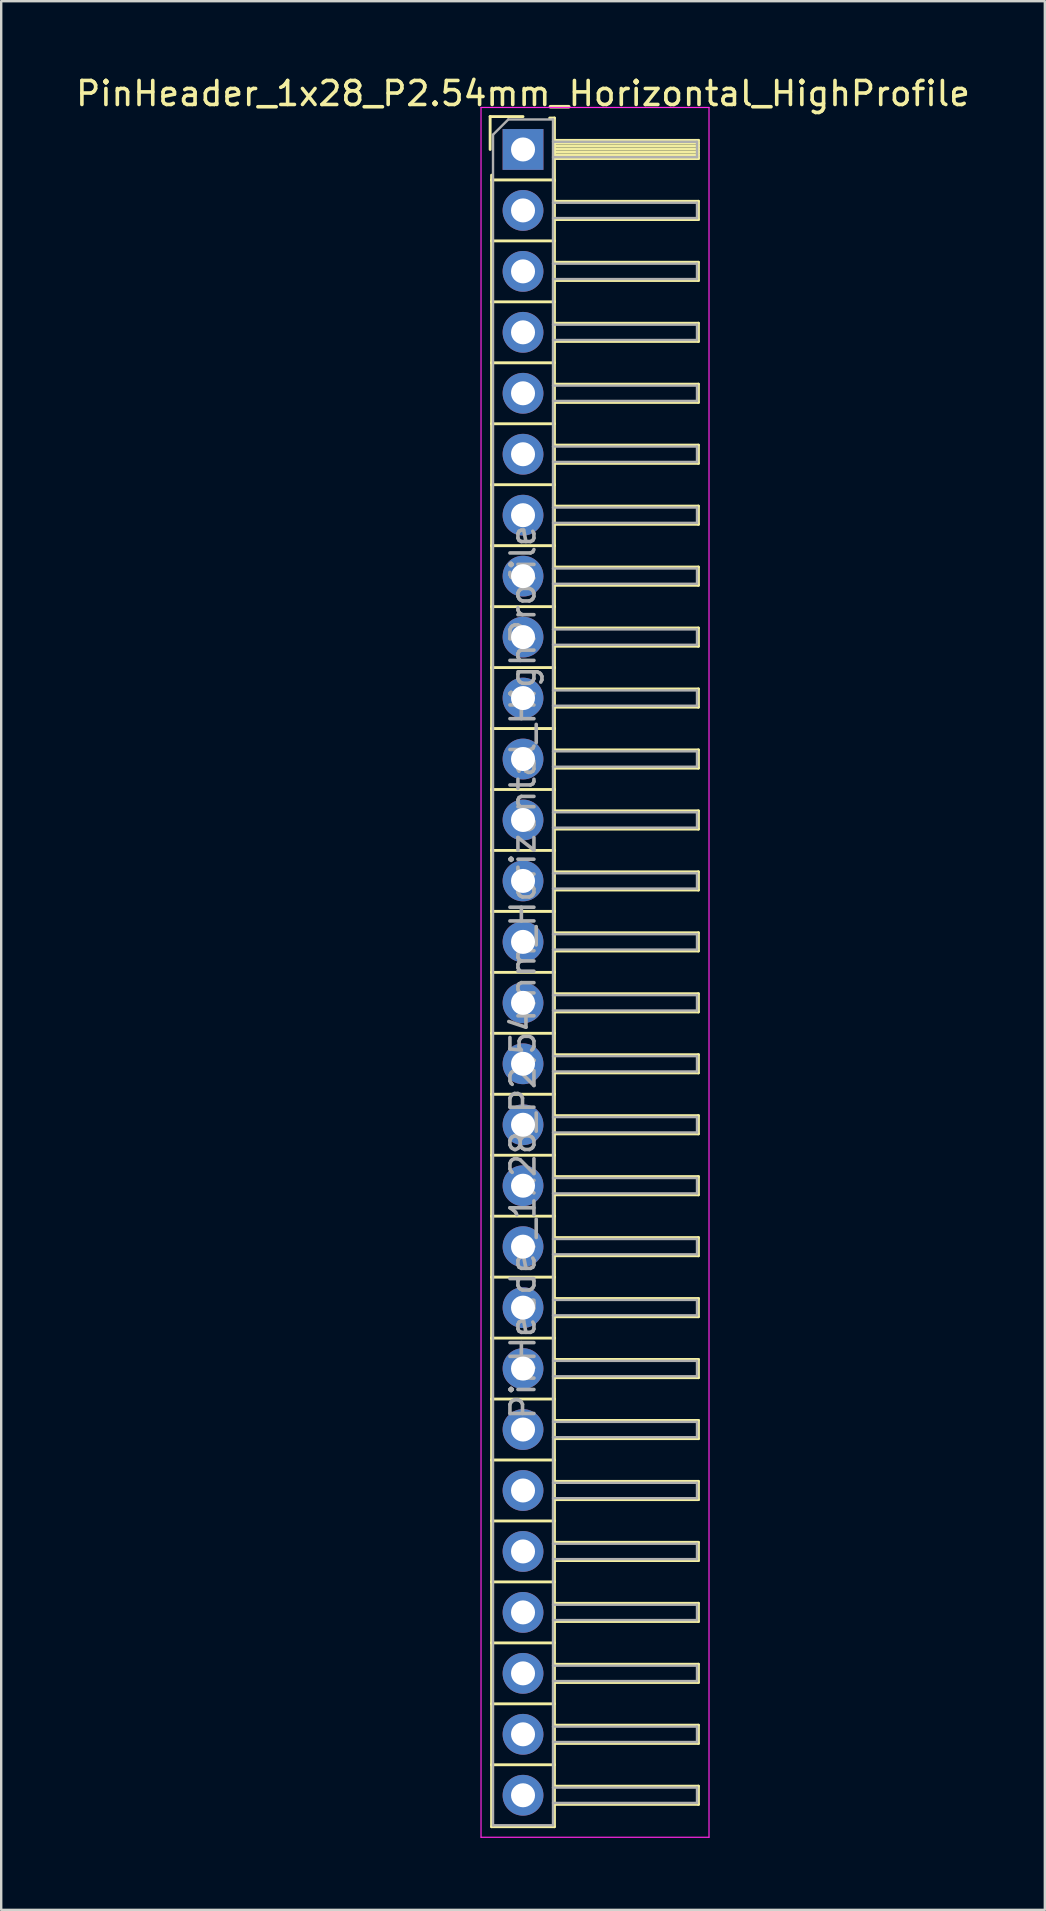
<source format=kicad_pcb>
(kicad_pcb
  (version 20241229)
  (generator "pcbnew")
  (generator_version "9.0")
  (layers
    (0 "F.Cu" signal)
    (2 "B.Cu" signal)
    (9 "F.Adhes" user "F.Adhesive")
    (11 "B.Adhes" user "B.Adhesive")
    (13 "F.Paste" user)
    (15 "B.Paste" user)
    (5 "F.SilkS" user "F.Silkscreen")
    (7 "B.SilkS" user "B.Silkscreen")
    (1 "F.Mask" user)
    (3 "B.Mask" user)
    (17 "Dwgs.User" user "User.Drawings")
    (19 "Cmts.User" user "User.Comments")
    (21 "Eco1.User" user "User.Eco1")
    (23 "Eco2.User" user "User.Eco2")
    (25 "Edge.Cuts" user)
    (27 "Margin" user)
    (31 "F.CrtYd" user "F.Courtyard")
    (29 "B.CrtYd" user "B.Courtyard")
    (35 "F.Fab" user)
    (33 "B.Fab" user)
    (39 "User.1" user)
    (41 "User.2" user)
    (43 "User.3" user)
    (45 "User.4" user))
  (footprint "PinHeader_1x28_P2.54mm_Horizontal_HighProfile"
    (layer "F.Cu")
    (at 18.744 3.178)
    (property "Reference" "PinHeader_1x28_P2.54mm_Horizontal_HighProfile" (at 0 -2.33 0) (layer "F.SilkS") (effects (font (size 1 1) (thickness 0.15))))
    (attr through_hole)
    (fp_line (start -1.37 -1.37) (end -1.37 0) (stroke (width 0.12) (type solid)) (layer "F.SilkS"))
    (fp_line (start -1.37 -1.37) (end 0 -1.37) (stroke (width 0.12) (type solid)) (layer "F.SilkS"))
    (fp_line (start -1.31 1.27) (end -1.31 1.07) (stroke (width 0.12) (type solid)) (layer "F.SilkS"))
    (fp_line (start -1.31 1.27) (end -1.31 3.81) (stroke (width 0.12) (type solid)) (layer "F.SilkS"))
    (fp_line (start -1.31 1.27) (end 1.31 1.27) (stroke (width 0.12) (type solid)) (layer "F.SilkS"))
    (fp_line (start -1.31 3.81) (end -1.31 6.35) (stroke (width 0.12) (type solid)) (layer "F.SilkS"))
    (fp_line (start -1.31 3.81) (end 1.31 3.81) (stroke (width 0.12) (type solid)) (layer "F.SilkS"))
    (fp_line (start -1.31 6.35) (end -1.31 8.89) (stroke (width 0.12) (type solid)) (layer "F.SilkS"))
    (fp_line (start -1.31 6.35) (end 1.31 6.35) (stroke (width 0.12) (type solid)) (layer "F.SilkS"))
    (fp_line (start -1.31 8.89) (end -1.31 11.43) (stroke (width 0.12) (type solid)) (layer "F.SilkS"))
    (fp_line (start -1.31 8.89) (end 1.31 8.89) (stroke (width 0.12) (type solid)) (layer "F.SilkS"))
    (fp_line (start -1.31 11.43) (end -1.31 13.97) (stroke (width 0.12) (type solid)) (layer "F.SilkS"))
    (fp_line (start -1.31 11.43) (end 1.31 11.43) (stroke (width 0.12) (type solid)) (layer "F.SilkS"))
    (fp_line (start -1.31 13.97) (end -1.31 16.51) (stroke (width 0.12) (type solid)) (layer "F.SilkS"))
    (fp_line (start -1.31 13.97) (end 1.31 13.97) (stroke (width 0.12) (type solid)) (layer "F.SilkS"))
    (fp_line (start -1.31 16.51) (end -1.31 19.05) (stroke (width 0.12) (type solid)) (layer "F.SilkS"))
    (fp_line (start -1.31 16.51) (end 1.31 16.51) (stroke (width 0.12) (type solid)) (layer "F.SilkS"))
    (fp_line (start -1.31 19.05) (end -1.31 21.59) (stroke (width 0.12) (type solid)) (layer "F.SilkS"))
    (fp_line (start -1.31 19.05) (end 1.31 19.05) (stroke (width 0.12) (type solid)) (layer "F.SilkS"))
    (fp_line (start -1.31 21.59) (end -1.31 24.13) (stroke (width 0.12) (type solid)) (layer "F.SilkS"))
    (fp_line (start -1.31 21.59) (end 1.31 21.59) (stroke (width 0.12) (type solid)) (layer "F.SilkS"))
    (fp_line (start -1.31 24.13) (end -1.31 26.67) (stroke (width 0.12) (type solid)) (layer "F.SilkS"))
    (fp_line (start -1.31 24.13) (end 1.31 24.13) (stroke (width 0.12) (type solid)) (layer "F.SilkS"))
    (fp_line (start -1.31 26.67) (end -1.31 29.21) (stroke (width 0.12) (type solid)) (layer "F.SilkS"))
    (fp_line (start -1.31 26.67) (end 1.31 26.67) (stroke (width 0.12) (type solid)) (layer "F.SilkS"))
    (fp_line (start -1.31 29.21) (end -1.31 31.75) (stroke (width 0.12) (type solid)) (layer "F.SilkS"))
    (fp_line (start -1.31 29.21) (end 1.31 29.21) (stroke (width 0.12) (type solid)) (layer "F.SilkS"))
    (fp_line (start -1.31 31.75) (end -1.31 34.29) (stroke (width 0.12) (type solid)) (layer "F.SilkS"))
    (fp_line (start -1.31 31.75) (end 1.31 31.75) (stroke (width 0.12) (type solid)) (layer "F.SilkS"))
    (fp_line (start -1.31 34.29) (end -1.31 36.83) (stroke (width 0.12) (type solid)) (layer "F.SilkS"))
    (fp_line (start -1.31 34.29) (end 1.31 34.29) (stroke (width 0.12) (type solid)) (layer "F.SilkS"))
    (fp_line (start -1.31 36.83) (end -1.31 39.37) (stroke (width 0.12) (type solid)) (layer "F.SilkS"))
    (fp_line (start -1.31 36.83) (end 1.31 36.83) (stroke (width 0.12) (type solid)) (layer "F.SilkS"))
    (fp_line (start -1.31 39.37) (end -1.31 41.91) (stroke (width 0.12) (type solid)) (layer "F.SilkS"))
    (fp_line (start -1.31 39.37) (end 1.31 39.37) (stroke (width 0.12) (type solid)) (layer "F.SilkS"))
    (fp_line (start -1.31 41.91) (end -1.31 44.45) (stroke (width 0.12) (type solid)) (layer "F.SilkS"))
    (fp_line (start -1.31 41.91) (end 1.31 41.91) (stroke (width 0.12) (type solid)) (layer "F.SilkS"))
    (fp_line (start -1.31 44.45) (end -1.31 46.99) (stroke (width 0.12) (type solid)) (layer "F.SilkS"))
    (fp_line (start -1.31 44.45) (end 1.31 44.45) (stroke (width 0.12) (type solid)) (layer "F.SilkS"))
    (fp_line (start -1.31 46.99) (end -1.31 49.53) (stroke (width 0.12) (type solid)) (layer "F.SilkS"))
    (fp_line (start -1.31 46.99) (end 1.31 46.99) (stroke (width 0.12) (type solid)) (layer "F.SilkS"))
    (fp_line (start -1.31 49.53) (end -1.31 52.07) (stroke (width 0.12) (type solid)) (layer "F.SilkS"))
    (fp_line (start -1.31 49.53) (end 1.31 49.53) (stroke (width 0.12) (type solid)) (layer "F.SilkS"))
    (fp_line (start -1.31 52.07) (end -1.31 54.61) (stroke (width 0.12) (type solid)) (layer "F.SilkS"))
    (fp_line (start -1.31 52.07) (end 1.31 52.07) (stroke (width 0.12) (type solid)) (layer "F.SilkS"))
    (fp_line (start -1.31 54.61) (end -1.31 57.15) (stroke (width 0.12) (type solid)) (layer "F.SilkS"))
    (fp_line (start -1.31 54.61) (end 1.31 54.61) (stroke (width 0.12) (type solid)) (layer "F.SilkS"))
    (fp_line (start -1.31 57.15) (end -1.31 59.69) (stroke (width 0.12) (type solid)) (layer "F.SilkS"))
    (fp_line (start -1.31 57.15) (end 1.31 57.15) (stroke (width 0.12) (type solid)) (layer "F.SilkS"))
    (fp_line (start -1.31 59.69) (end -1.31 62.23) (stroke (width 0.12) (type solid)) (layer "F.SilkS"))
    (fp_line (start -1.31 59.69) (end 1.31 59.69) (stroke (width 0.12) (type solid)) (layer "F.SilkS"))
    (fp_line (start -1.31 62.23) (end -1.31 64.77) (stroke (width 0.12) (type solid)) (layer "F.SilkS"))
    (fp_line (start -1.31 62.23) (end 1.31 62.23) (stroke (width 0.12) (type solid)) (layer "F.SilkS"))
    (fp_line (start -1.31 64.77) (end -1.31 67.31) (stroke (width 0.12) (type solid)) (layer "F.SilkS"))
    (fp_line (start -1.31 64.77) (end 1.31 64.77) (stroke (width 0.12) (type solid)) (layer "F.SilkS"))
    (fp_line (start -1.31 67.31) (end -1.31 69.89) (stroke (width 0.12) (type solid)) (layer "F.SilkS"))
    (fp_line (start -1.31 67.31) (end 1.31 67.31) (stroke (width 0.12) (type solid)) (layer "F.SilkS"))
    (fp_line (start -1.31 69.89) (end 1.31 69.89) (stroke (width 0.12) (type solid)) (layer "F.SilkS"))
    (fp_line (start 1.11 -1.31) (end 1.31 -1.31) (stroke (width 0.12) (type solid)) (layer "F.SilkS"))
    (fp_line (start 1.31 -1.31) (end 1.31 1.31) (stroke (width 0.12) (type solid)) (layer "F.SilkS"))
    (fp_line (start 1.31 -0.38) (end 7.31 -0.38) (stroke (width 0.12) (type solid)) (layer "F.SilkS"))
    (fp_line (start 1.31 -0.26) (end 7.31 -0.26) (stroke (width 0.12) (type solid)) (layer "F.SilkS"))
    (fp_line (start 1.31 -0.14) (end 7.31 -0.14) (stroke (width 0.12) (type solid)) (layer "F.SilkS"))
    (fp_line (start 1.31 -0.02) (end 7.31 -0.02) (stroke (width 0.12) (type solid)) (layer "F.SilkS"))
    (fp_line (start 1.31 0.1) (end 7.31 0.1) (stroke (width 0.12) (type solid)) (layer "F.SilkS"))
    (fp_line (start 1.31 0.22) (end 7.31 0.22) (stroke (width 0.12) (type solid)) (layer "F.SilkS"))
    (fp_line (start 1.31 0.34) (end 7.31 0.34) (stroke (width 0.12) (type solid)) (layer "F.SilkS"))
    (fp_line (start 1.31 0.38) (end 7.31 0.38) (stroke (width 0.12) (type solid)) (layer "F.SilkS"))
    (fp_line (start 1.31 1.27) (end 1.31 3.81) (stroke (width 0.12) (type solid)) (layer "F.SilkS"))
    (fp_line (start 1.31 2.16) (end 7.31 2.16) (stroke (width 0.12) (type solid)) (layer "F.SilkS"))
    (fp_line (start 1.31 2.92) (end 7.31 2.92) (stroke (width 0.12) (type solid)) (layer "F.SilkS"))
    (fp_line (start 1.31 3.81) (end 1.31 6.35) (stroke (width 0.12) (type solid)) (layer "F.SilkS"))
    (fp_line (start 1.31 4.7) (end 7.31 4.7) (stroke (width 0.12) (type solid)) (layer "F.SilkS"))
    (fp_line (start 1.31 5.46) (end 7.31 5.46) (stroke (width 0.12) (type solid)) (layer "F.SilkS"))
    (fp_line (start 1.31 6.35) (end 1.31 8.89) (stroke (width 0.12) (type solid)) (layer "F.SilkS"))
    (fp_line (start 1.31 7.24) (end 7.31 7.24) (stroke (width 0.12) (type solid)) (layer "F.SilkS"))
    (fp_line (start 1.31 8) (end 7.31 8) (stroke (width 0.12) (type solid)) (layer "F.SilkS"))
    (fp_line (start 1.31 8.89) (end 1.31 11.43) (stroke (width 0.12) (type solid)) (layer "F.SilkS"))
    (fp_line (start 1.31 9.78) (end 7.31 9.78) (stroke (width 0.12) (type solid)) (layer "F.SilkS"))
    (fp_line (start 1.31 10.54) (end 7.31 10.54) (stroke (width 0.12) (type solid)) (layer "F.SilkS"))
    (fp_line (start 1.31 11.43) (end 1.31 13.97) (stroke (width 0.12) (type solid)) (layer "F.SilkS"))
    (fp_line (start 1.31 12.32) (end 7.31 12.32) (stroke (width 0.12) (type solid)) (layer "F.SilkS"))
    (fp_line (start 1.31 13.08) (end 7.31 13.08) (stroke (width 0.12) (type solid)) (layer "F.SilkS"))
    (fp_line (start 1.31 13.97) (end 1.31 16.51) (stroke (width 0.12) (type solid)) (layer "F.SilkS"))
    (fp_line (start 1.31 14.86) (end 7.31 14.86) (stroke (width 0.12) (type solid)) (layer "F.SilkS"))
    (fp_line (start 1.31 15.62) (end 7.31 15.62) (stroke (width 0.12) (type solid)) (layer "F.SilkS"))
    (fp_line (start 1.31 16.51) (end 1.31 19.05) (stroke (width 0.12) (type solid)) (layer "F.SilkS"))
    (fp_line (start 1.31 17.4) (end 7.31 17.4) (stroke (width 0.12) (type solid)) (layer "F.SilkS"))
    (fp_line (start 1.31 18.16) (end 7.31 18.16) (stroke (width 0.12) (type solid)) (layer "F.SilkS"))
    (fp_line (start 1.31 19.05) (end 1.31 21.59) (stroke (width 0.12) (type solid)) (layer "F.SilkS"))
    (fp_line (start 1.31 19.94) (end 7.31 19.94) (stroke (width 0.12) (type solid)) (layer "F.SilkS"))
    (fp_line (start 1.31 20.7) (end 7.31 20.7) (stroke (width 0.12) (type solid)) (layer "F.SilkS"))
    (fp_line (start 1.31 21.59) (end 1.31 24.13) (stroke (width 0.12) (type solid)) (layer "F.SilkS"))
    (fp_line (start 1.31 22.48) (end 7.31 22.48) (stroke (width 0.12) (type solid)) (layer "F.SilkS"))
    (fp_line (start 1.31 23.24) (end 7.31 23.24) (stroke (width 0.12) (type solid)) (layer "F.SilkS"))
    (fp_line (start 1.31 24.13) (end 1.31 26.67) (stroke (width 0.12) (type solid)) (layer "F.SilkS"))
    (fp_line (start 1.31 25.02) (end 7.31 25.02) (stroke (width 0.12) (type solid)) (layer "F.SilkS"))
    (fp_line (start 1.31 25.78) (end 7.31 25.78) (stroke (width 0.12) (type solid)) (layer "F.SilkS"))
    (fp_line (start 1.31 26.67) (end 1.31 29.21) (stroke (width 0.12) (type solid)) (layer "F.SilkS"))
    (fp_line (start 1.31 27.56) (end 7.31 27.56) (stroke (width 0.12) (type solid)) (layer "F.SilkS"))
    (fp_line (start 1.31 28.32) (end 7.31 28.32) (stroke (width 0.12) (type solid)) (layer "F.SilkS"))
    (fp_line (start 1.31 29.21) (end 1.31 31.75) (stroke (width 0.12) (type solid)) (layer "F.SilkS"))
    (fp_line (start 1.31 30.1) (end 7.31 30.1) (stroke (width 0.12) (type solid)) (layer "F.SilkS"))
    (fp_line (start 1.31 30.86) (end 7.31 30.86) (stroke (width 0.12) (type solid)) (layer "F.SilkS"))
    (fp_line (start 1.31 31.75) (end 1.31 34.29) (stroke (width 0.12) (type solid)) (layer "F.SilkS"))
    (fp_line (start 1.31 32.64) (end 7.31 32.64) (stroke (width 0.12) (type solid)) (layer "F.SilkS"))
    (fp_line (start 1.31 33.4) (end 7.31 33.4) (stroke (width 0.12) (type solid)) (layer "F.SilkS"))
    (fp_line (start 1.31 34.29) (end 1.31 36.83) (stroke (width 0.12) (type solid)) (layer "F.SilkS"))
    (fp_line (start 1.31 35.18) (end 7.31 35.18) (stroke (width 0.12) (type solid)) (layer "F.SilkS"))
    (fp_line (start 1.31 35.94) (end 7.31 35.94) (stroke (width 0.12) (type solid)) (layer "F.SilkS"))
    (fp_line (start 1.31 36.83) (end 1.31 39.37) (stroke (width 0.12) (type solid)) (layer "F.SilkS"))
    (fp_line (start 1.31 37.72) (end 7.31 37.72) (stroke (width 0.12) (type solid)) (layer "F.SilkS"))
    (fp_line (start 1.31 38.48) (end 7.31 38.48) (stroke (width 0.12) (type solid)) (layer "F.SilkS"))
    (fp_line (start 1.31 39.37) (end 1.31 41.91) (stroke (width 0.12) (type solid)) (layer "F.SilkS"))
    (fp_line (start 1.31 40.26) (end 7.31 40.26) (stroke (width 0.12) (type solid)) (layer "F.SilkS"))
    (fp_line (start 1.31 41.02) (end 7.31 41.02) (stroke (width 0.12) (type solid)) (layer "F.SilkS"))
    (fp_line (start 1.31 41.91) (end 1.31 44.45) (stroke (width 0.12) (type solid)) (layer "F.SilkS"))
    (fp_line (start 1.31 42.8) (end 7.31 42.8) (stroke (width 0.12) (type solid)) (layer "F.SilkS"))
    (fp_line (start 1.31 43.56) (end 7.31 43.56) (stroke (width 0.12) (type solid)) (layer "F.SilkS"))
    (fp_line (start 1.31 44.45) (end 1.31 46.99) (stroke (width 0.12) (type solid)) (layer "F.SilkS"))
    (fp_line (start 1.31 45.34) (end 7.31 45.34) (stroke (width 0.12) (type solid)) (layer "F.SilkS"))
    (fp_line (start 1.31 46.1) (end 7.31 46.1) (stroke (width 0.12) (type solid)) (layer "F.SilkS"))
    (fp_line (start 1.31 46.99) (end 1.31 49.53) (stroke (width 0.12) (type solid)) (layer "F.SilkS"))
    (fp_line (start 1.31 47.88) (end 7.31 47.88) (stroke (width 0.12) (type solid)) (layer "F.SilkS"))
    (fp_line (start 1.31 48.64) (end 7.31 48.64) (stroke (width 0.12) (type solid)) (layer "F.SilkS"))
    (fp_line (start 1.31 49.53) (end 1.31 52.07) (stroke (width 0.12) (type solid)) (layer "F.SilkS"))
    (fp_line (start 1.31 50.42) (end 7.31 50.42) (stroke (width 0.12) (type solid)) (layer "F.SilkS"))
    (fp_line (start 1.31 51.18) (end 7.31 51.18) (stroke (width 0.12) (type solid)) (layer "F.SilkS"))
    (fp_line (start 1.31 52.07) (end 1.31 54.61) (stroke (width 0.12) (type solid)) (layer "F.SilkS"))
    (fp_line (start 1.31 52.96) (end 7.31 52.96) (stroke (width 0.12) (type solid)) (layer "F.SilkS"))
    (fp_line (start 1.31 53.72) (end 7.31 53.72) (stroke (width 0.12) (type solid)) (layer "F.SilkS"))
    (fp_line (start 1.31 54.61) (end 1.31 57.15) (stroke (width 0.12) (type solid)) (layer "F.SilkS"))
    (fp_line (start 1.31 55.5) (end 7.31 55.5) (stroke (width 0.12) (type solid)) (layer "F.SilkS"))
    (fp_line (start 1.31 56.26) (end 7.31 56.26) (stroke (width 0.12) (type solid)) (layer "F.SilkS"))
    (fp_line (start 1.31 57.15) (end 1.31 59.69) (stroke (width 0.12) (type solid)) (layer "F.SilkS"))
    (fp_line (start 1.31 58.04) (end 7.31 58.04) (stroke (width 0.12) (type solid)) (layer "F.SilkS"))
    (fp_line (start 1.31 58.8) (end 7.31 58.8) (stroke (width 0.12) (type solid)) (layer "F.SilkS"))
    (fp_line (start 1.31 59.69) (end 1.31 62.23) (stroke (width 0.12) (type solid)) (layer "F.SilkS"))
    (fp_line (start 1.31 60.58) (end 7.31 60.58) (stroke (width 0.12) (type solid)) (layer "F.SilkS"))
    (fp_line (start 1.31 61.34) (end 7.31 61.34) (stroke (width 0.12) (type solid)) (layer "F.SilkS"))
    (fp_line (start 1.31 62.23) (end 1.31 64.77) (stroke (width 0.12) (type solid)) (layer "F.SilkS"))
    (fp_line (start 1.31 63.12) (end 7.31 63.12) (stroke (width 0.12) (type solid)) (layer "F.SilkS"))
    (fp_line (start 1.31 63.88) (end 7.31 63.88) (stroke (width 0.12) (type solid)) (layer "F.SilkS"))
    (fp_line (start 1.31 64.77) (end 1.31 67.31) (stroke (width 0.12) (type solid)) (layer "F.SilkS"))
    (fp_line (start 1.31 65.66) (end 7.31 65.66) (stroke (width 0.12) (type solid)) (layer "F.SilkS"))
    (fp_line (start 1.31 66.42) (end 7.31 66.42) (stroke (width 0.12) (type solid)) (layer "F.SilkS"))
    (fp_line (start 1.31 67.31) (end 1.31 69.89) (stroke (width 0.12) (type solid)) (layer "F.SilkS"))
    (fp_line (start 1.31 68.2) (end 7.31 68.2) (stroke (width 0.12) (type solid)) (layer "F.SilkS"))
    (fp_line (start 1.31 68.96) (end 7.31 68.96) (stroke (width 0.12) (type solid)) (layer "F.SilkS"))
    (fp_line (start 7.31 -0.38) (end 7.31 0.38) (stroke (width 0.12) (type solid)) (layer "F.SilkS"))
    (fp_line (start 7.31 2.16) (end 7.31 2.92) (stroke (width 0.12) (type solid)) (layer "F.SilkS"))
    (fp_line (start 7.31 4.7) (end 7.31 5.46) (stroke (width 0.12) (type solid)) (layer "F.SilkS"))
    (fp_line (start 7.31 7.24) (end 7.31 8) (stroke (width 0.12) (type solid)) (layer "F.SilkS"))
    (fp_line (start 7.31 9.78) (end 7.31 10.54) (stroke (width 0.12) (type solid)) (layer "F.SilkS"))
    (fp_line (start 7.31 12.32) (end 7.31 13.08) (stroke (width 0.12) (type solid)) (layer "F.SilkS"))
    (fp_line (start 7.31 14.86) (end 7.31 15.62) (stroke (width 0.12) (type solid)) (layer "F.SilkS"))
    (fp_line (start 7.31 17.4) (end 7.31 18.16) (stroke (width 0.12) (type solid)) (layer "F.SilkS"))
    (fp_line (start 7.31 19.94) (end 7.31 20.7) (stroke (width 0.12) (type solid)) (layer "F.SilkS"))
    (fp_line (start 7.31 22.48) (end 7.31 23.24) (stroke (width 0.12) (type solid)) (layer "F.SilkS"))
    (fp_line (start 7.31 25.02) (end 7.31 25.78) (stroke (width 0.12) (type solid)) (layer "F.SilkS"))
    (fp_line (start 7.31 27.56) (end 7.31 28.32) (stroke (width 0.12) (type solid)) (layer "F.SilkS"))
    (fp_line (start 7.31 30.1) (end 7.31 30.86) (stroke (width 0.12) (type solid)) (layer "F.SilkS"))
    (fp_line (start 7.31 32.64) (end 7.31 33.4) (stroke (width 0.12) (type solid)) (layer "F.SilkS"))
    (fp_line (start 7.31 35.18) (end 7.31 35.94) (stroke (width 0.12) (type solid)) (layer "F.SilkS"))
    (fp_line (start 7.31 37.72) (end 7.31 38.48) (stroke (width 0.12) (type solid)) (layer "F.SilkS"))
    (fp_line (start 7.31 40.26) (end 7.31 41.02) (stroke (width 0.12) (type solid)) (layer "F.SilkS"))
    (fp_line (start 7.31 42.8) (end 7.31 43.56) (stroke (width 0.12) (type solid)) (layer "F.SilkS"))
    (fp_line (start 7.31 45.34) (end 7.31 46.1) (stroke (width 0.12) (type solid)) (layer "F.SilkS"))
    (fp_line (start 7.31 47.88) (end 7.31 48.64) (stroke (width 0.12) (type solid)) (layer "F.SilkS"))
    (fp_line (start 7.31 50.42) (end 7.31 51.18) (stroke (width 0.12) (type solid)) (layer "F.SilkS"))
    (fp_line (start 7.31 52.96) (end 7.31 53.72) (stroke (width 0.12) (type solid)) (layer "F.SilkS"))
    (fp_line (start 7.31 55.5) (end 7.31 56.26) (stroke (width 0.12) (type solid)) (layer "F.SilkS"))
    (fp_line (start 7.31 58.04) (end 7.31 58.8) (stroke (width 0.12) (type solid)) (layer "F.SilkS"))
    (fp_line (start 7.31 60.58) (end 7.31 61.34) (stroke (width 0.12) (type solid)) (layer "F.SilkS"))
    (fp_line (start 7.31 63.12) (end 7.31 63.88) (stroke (width 0.12) (type solid)) (layer "F.SilkS"))
    (fp_line (start 7.31 65.66) (end 7.31 66.42) (stroke (width 0.12) (type solid)) (layer "F.SilkS"))
    (fp_line (start 7.31 68.2) (end 7.31 68.96) (stroke (width 0.12) (type solid)) (layer "F.SilkS"))
    (fp_line (start -1.75 -1.75) (end -1.75 70.33) (stroke (width 0.05) (type solid)) (layer "F.CrtYd"))
    (fp_line (start -1.75 -1.75) (end 7.75 -1.75) (stroke (width 0.05) (type solid)) (layer "F.CrtYd"))
    (fp_line (start -1.75 70.33) (end 7.75 70.33) (stroke (width 0.05) (type solid)) (layer "F.CrtYd"))
    (fp_line (start 7.75 -1.75) (end 7.75 70.33) (stroke (width 0.05) (type solid)) (layer "F.CrtYd"))
    (fp_line (start -1.25 -0.615) (end -1.25 69.83) (stroke (width 0.1) (type solid)) (layer "F.Fab"))
    (fp_line (start -1.25 -0.615) (end -0.615 -1.25) (stroke (width 0.1) (type solid)) (layer "F.Fab"))
    (fp_line (start -1.25 69.83) (end 1.25 69.83) (stroke (width 0.1) (type solid)) (layer "F.Fab"))
    (fp_line (start -0.615 -1.25) (end 1.25 -1.25) (stroke (width 0.1) (type solid)) (layer "F.Fab"))
    (fp_line (start 1.25 -1.25) (end 1.25 69.83) (stroke (width 0.1) (type solid)) (layer "F.Fab"))
    (fp_line (start 1.25 -0.32) (end 7.25 -0.32) (stroke (width 0.1) (type solid)) (layer "F.Fab"))
    (fp_line (start 1.25 0.32) (end 7.25 0.32) (stroke (width 0.1) (type solid)) (layer "F.Fab"))
    (fp_line (start 1.25 2.22) (end 7.25 2.22) (stroke (width 0.1) (type solid)) (layer "F.Fab"))
    (fp_line (start 1.25 2.86) (end 7.25 2.86) (stroke (width 0.1) (type solid)) (layer "F.Fab"))
    (fp_line (start 1.25 4.76) (end 7.25 4.76) (stroke (width 0.1) (type solid)) (layer "F.Fab"))
    (fp_line (start 1.25 5.4) (end 7.25 5.4) (stroke (width 0.1) (type solid)) (layer "F.Fab"))
    (fp_line (start 1.25 7.3) (end 7.25 7.3) (stroke (width 0.1) (type solid)) (layer "F.Fab"))
    (fp_line (start 1.25 7.94) (end 7.25 7.94) (stroke (width 0.1) (type solid)) (layer "F.Fab"))
    (fp_line (start 1.25 9.84) (end 7.25 9.84) (stroke (width 0.1) (type solid)) (layer "F.Fab"))
    (fp_line (start 1.25 10.48) (end 7.25 10.48) (stroke (width 0.1) (type solid)) (layer "F.Fab"))
    (fp_line (start 1.25 12.38) (end 7.25 12.38) (stroke (width 0.1) (type solid)) (layer "F.Fab"))
    (fp_line (start 1.25 13.02) (end 7.25 13.02) (stroke (width 0.1) (type solid)) (layer "F.Fab"))
    (fp_line (start 1.25 14.92) (end 7.25 14.92) (stroke (width 0.1) (type solid)) (layer "F.Fab"))
    (fp_line (start 1.25 15.56) (end 7.25 15.56) (stroke (width 0.1) (type solid)) (layer "F.Fab"))
    (fp_line (start 1.25 17.46) (end 7.25 17.46) (stroke (width 0.1) (type solid)) (layer "F.Fab"))
    (fp_line (start 1.25 18.1) (end 7.25 18.1) (stroke (width 0.1) (type solid)) (layer "F.Fab"))
    (fp_line (start 1.25 20) (end 7.25 20) (stroke (width 0.1) (type solid)) (layer "F.Fab"))
    (fp_line (start 1.25 20.64) (end 7.25 20.64) (stroke (width 0.1) (type solid)) (layer "F.Fab"))
    (fp_line (start 1.25 22.54) (end 7.25 22.54) (stroke (width 0.1) (type solid)) (layer "F.Fab"))
    (fp_line (start 1.25 23.18) (end 7.25 23.18) (stroke (width 0.1) (type solid)) (layer "F.Fab"))
    (fp_line (start 1.25 25.08) (end 7.25 25.08) (stroke (width 0.1) (type solid)) (layer "F.Fab"))
    (fp_line (start 1.25 25.72) (end 7.25 25.72) (stroke (width 0.1) (type solid)) (layer "F.Fab"))
    (fp_line (start 1.25 27.62) (end 7.25 27.62) (stroke (width 0.1) (type solid)) (layer "F.Fab"))
    (fp_line (start 1.25 28.26) (end 7.25 28.26) (stroke (width 0.1) (type solid)) (layer "F.Fab"))
    (fp_line (start 1.25 30.16) (end 7.25 30.16) (stroke (width 0.1) (type solid)) (layer "F.Fab"))
    (fp_line (start 1.25 30.8) (end 7.25 30.8) (stroke (width 0.1) (type solid)) (layer "F.Fab"))
    (fp_line (start 1.25 32.7) (end 7.25 32.7) (stroke (width 0.1) (type solid)) (layer "F.Fab"))
    (fp_line (start 1.25 33.34) (end 7.25 33.34) (stroke (width 0.1) (type solid)) (layer "F.Fab"))
    (fp_line (start 1.25 35.24) (end 7.25 35.24) (stroke (width 0.1) (type solid)) (layer "F.Fab"))
    (fp_line (start 1.25 35.88) (end 7.25 35.88) (stroke (width 0.1) (type solid)) (layer "F.Fab"))
    (fp_line (start 1.25 37.78) (end 7.25 37.78) (stroke (width 0.1) (type solid)) (layer "F.Fab"))
    (fp_line (start 1.25 38.42) (end 7.25 38.42) (stroke (width 0.1) (type solid)) (layer "F.Fab"))
    (fp_line (start 1.25 40.32) (end 7.25 40.32) (stroke (width 0.1) (type solid)) (layer "F.Fab"))
    (fp_line (start 1.25 40.96) (end 7.25 40.96) (stroke (width 0.1) (type solid)) (layer "F.Fab"))
    (fp_line (start 1.25 42.86) (end 7.25 42.86) (stroke (width 0.1) (type solid)) (layer "F.Fab"))
    (fp_line (start 1.25 43.5) (end 7.25 43.5) (stroke (width 0.1) (type solid)) (layer "F.Fab"))
    (fp_line (start 1.25 45.4) (end 7.25 45.4) (stroke (width 0.1) (type solid)) (layer "F.Fab"))
    (fp_line (start 1.25 46.04) (end 7.25 46.04) (stroke (width 0.1) (type solid)) (layer "F.Fab"))
    (fp_line (start 1.25 47.94) (end 7.25 47.94) (stroke (width 0.1) (type solid)) (layer "F.Fab"))
    (fp_line (start 1.25 48.58) (end 7.25 48.58) (stroke (width 0.1) (type solid)) (layer "F.Fab"))
    (fp_line (start 1.25 50.48) (end 7.25 50.48) (stroke (width 0.1) (type solid)) (layer "F.Fab"))
    (fp_line (start 1.25 51.12) (end 7.25 51.12) (stroke (width 0.1) (type solid)) (layer "F.Fab"))
    (fp_line (start 1.25 53.02) (end 7.25 53.02) (stroke (width 0.1) (type solid)) (layer "F.Fab"))
    (fp_line (start 1.25 53.66) (end 7.25 53.66) (stroke (width 0.1) (type solid)) (layer "F.Fab"))
    (fp_line (start 1.25 55.56) (end 7.25 55.56) (stroke (width 0.1) (type solid)) (layer "F.Fab"))
    (fp_line (start 1.25 56.2) (end 7.25 56.2) (stroke (width 0.1) (type solid)) (layer "F.Fab"))
    (fp_line (start 1.25 58.1) (end 7.25 58.1) (stroke (width 0.1) (type solid)) (layer "F.Fab"))
    (fp_line (start 1.25 58.74) (end 7.25 58.74) (stroke (width 0.1) (type solid)) (layer "F.Fab"))
    (fp_line (start 1.25 60.64) (end 7.25 60.64) (stroke (width 0.1) (type solid)) (layer "F.Fab"))
    (fp_line (start 1.25 61.28) (end 7.25 61.28) (stroke (width 0.1) (type solid)) (layer "F.Fab"))
    (fp_line (start 1.25 63.18) (end 7.25 63.18) (stroke (width 0.1) (type solid)) (layer "F.Fab"))
    (fp_line (start 1.25 63.82) (end 7.25 63.82) (stroke (width 0.1) (type solid)) (layer "F.Fab"))
    (fp_line (start 1.25 65.72) (end 7.25 65.72) (stroke (width 0.1) (type solid)) (layer "F.Fab"))
    (fp_line (start 1.25 66.36) (end 7.25 66.36) (stroke (width 0.1) (type solid)) (layer "F.Fab"))
    (fp_line (start 1.25 68.26) (end 7.25 68.26) (stroke (width 0.1) (type solid)) (layer "F.Fab"))
    (fp_line (start 1.25 68.9) (end 7.25 68.9) (stroke (width 0.1) (type solid)) (layer "F.Fab"))
    (fp_line (start 7.25 -0.32) (end 7.25 0.32) (stroke (width 0.1) (type solid)) (layer "F.Fab"))
    (fp_line (start 7.25 2.22) (end 7.25 2.86) (stroke (width 0.1) (type solid)) (layer "F.Fab"))
    (fp_line (start 7.25 4.76) (end 7.25 5.4) (stroke (width 0.1) (type solid)) (layer "F.Fab"))
    (fp_line (start 7.25 7.3) (end 7.25 7.94) (stroke (width 0.1) (type solid)) (layer "F.Fab"))
    (fp_line (start 7.25 9.84) (end 7.25 10.48) (stroke (width 0.1) (type solid)) (layer "F.Fab"))
    (fp_line (start 7.25 12.38) (end 7.25 13.02) (stroke (width 0.1) (type solid)) (layer "F.Fab"))
    (fp_line (start 7.25 14.92) (end 7.25 15.56) (stroke (width 0.1) (type solid)) (layer "F.Fab"))
    (fp_line (start 7.25 17.46) (end 7.25 18.1) (stroke (width 0.1) (type solid)) (layer "F.Fab"))
    (fp_line (start 7.25 20) (end 7.25 20.64) (stroke (width 0.1) (type solid)) (layer "F.Fab"))
    (fp_line (start 7.25 22.54) (end 7.25 23.18) (stroke (width 0.1) (type solid)) (layer "F.Fab"))
    (fp_line (start 7.25 25.08) (end 7.25 25.72) (stroke (width 0.1) (type solid)) (layer "F.Fab"))
    (fp_line (start 7.25 27.62) (end 7.25 28.26) (stroke (width 0.1) (type solid)) (layer "F.Fab"))
    (fp_line (start 7.25 30.16) (end 7.25 30.8) (stroke (width 0.1) (type solid)) (layer "F.Fab"))
    (fp_line (start 7.25 32.7) (end 7.25 33.34) (stroke (width 0.1) (type solid)) (layer "F.Fab"))
    (fp_line (start 7.25 35.24) (end 7.25 35.88) (stroke (width 0.1) (type solid)) (layer "F.Fab"))
    (fp_line (start 7.25 37.78) (end 7.25 38.42) (stroke (width 0.1) (type solid)) (layer "F.Fab"))
    (fp_line (start 7.25 40.32) (end 7.25 40.96) (stroke (width 0.1) (type solid)) (layer "F.Fab"))
    (fp_line (start 7.25 42.86) (end 7.25 43.5) (stroke (width 0.1) (type solid)) (layer "F.Fab"))
    (fp_line (start 7.25 45.4) (end 7.25 46.04) (stroke (width 0.1) (type solid)) (layer "F.Fab"))
    (fp_line (start 7.25 47.94) (end 7.25 48.58) (stroke (width 0.1) (type solid)) (layer "F.Fab"))
    (fp_line (start 7.25 50.48) (end 7.25 51.12) (stroke (width 0.1) (type solid)) (layer "F.Fab"))
    (fp_line (start 7.25 53.02) (end 7.25 53.66) (stroke (width 0.1) (type solid)) (layer "F.Fab"))
    (fp_line (start 7.25 55.56) (end 7.25 56.2) (stroke (width 0.1) (type solid)) (layer "F.Fab"))
    (fp_line (start 7.25 58.1) (end 7.25 58.74) (stroke (width 0.1) (type solid)) (layer "F.Fab"))
    (fp_line (start 7.25 60.64) (end 7.25 61.28) (stroke (width 0.1) (type solid)) (layer "F.Fab"))
    (fp_line (start 7.25 63.18) (end 7.25 63.82) (stroke (width 0.1) (type solid)) (layer "F.Fab"))
    (fp_line (start 7.25 65.72) (end 7.25 66.36) (stroke (width 0.1) (type solid)) (layer "F.Fab"))
    (fp_line (start 7.25 68.26) (end 7.25 68.9) (stroke (width 0.1) (type solid)) (layer "F.Fab"))
    (fp_text user "${REFERENCE}" (at 0 34.29 90) (layer "F.Fab") (effects (font (size 1 1) (thickness 0.15))))
    (pad "1" thru_hole rect (at 0 0) (size 1.7 1.7) (drill 1) (layers "*.Cu" "*.Mask"))
    (pad "2" thru_hole oval (at 0 2.54) (size 1.7 1.7) (drill 1) (layers "*.Cu" "*.Mask"))
    (pad "3" thru_hole oval (at 0 5.08) (size 1.7 1.7) (drill 1) (layers "*.Cu" "*.Mask"))
    (pad "4" thru_hole oval (at 0 7.62) (size 1.7 1.7) (drill 1) (layers "*.Cu" "*.Mask"))
    (pad "5" thru_hole oval (at 0 10.16) (size 1.7 1.7) (drill 1) (layers "*.Cu" "*.Mask"))
    (pad "6" thru_hole oval (at 0 12.7) (size 1.7 1.7) (drill 1) (layers "*.Cu" "*.Mask"))
    (pad "7" thru_hole oval (at 0 15.24) (size 1.7 1.7) (drill 1) (layers "*.Cu" "*.Mask"))
    (pad "8" thru_hole oval (at 0 17.78) (size 1.7 1.7) (drill 1) (layers "*.Cu" "*.Mask"))
    (pad "9" thru_hole oval (at 0 20.32) (size 1.7 1.7) (drill 1) (layers "*.Cu" "*.Mask"))
    (pad "10" thru_hole oval (at 0 22.86) (size 1.7 1.7) (drill 1) (layers "*.Cu" "*.Mask"))
    (pad "11" thru_hole oval (at 0 25.4) (size 1.7 1.7) (drill 1) (layers "*.Cu" "*.Mask"))
    (pad "12" thru_hole oval (at 0 27.94) (size 1.7 1.7) (drill 1) (layers "*.Cu" "*.Mask"))
    (pad "13" thru_hole oval (at 0 30.48) (size 1.7 1.7) (drill 1) (layers "*.Cu" "*.Mask"))
    (pad "14" thru_hole oval (at 0 33.02) (size 1.7 1.7) (drill 1) (layers "*.Cu" "*.Mask"))
    (pad "15" thru_hole oval (at 0 35.56) (size 1.7 1.7) (drill 1) (layers "*.Cu" "*.Mask"))
    (pad "16" thru_hole oval (at 0 38.1) (size 1.7 1.7) (drill 1) (layers "*.Cu" "*.Mask"))
    (pad "17" thru_hole oval (at 0 40.64) (size 1.7 1.7) (drill 1) (layers "*.Cu" "*.Mask"))
    (pad "18" thru_hole oval (at 0 43.18) (size 1.7 1.7) (drill 1) (layers "*.Cu" "*.Mask"))
    (pad "19" thru_hole oval (at 0 45.72) (size 1.7 1.7) (drill 1) (layers "*.Cu" "*.Mask"))
    (pad "20" thru_hole oval (at 0 48.26) (size 1.7 1.7) (drill 1) (layers "*.Cu" "*.Mask"))
    (pad "21" thru_hole oval (at 0 50.8) (size 1.7 1.7) (drill 1) (layers "*.Cu" "*.Mask"))
    (pad "22" thru_hole oval (at 0 53.34) (size 1.7 1.7) (drill 1) (layers "*.Cu" "*.Mask"))
    (pad "23" thru_hole oval (at 0 55.88) (size 1.7 1.7) (drill 1) (layers "*.Cu" "*.Mask"))
    (pad "24" thru_hole oval (at 0 58.42) (size 1.7 1.7) (drill 1) (layers "*.Cu" "*.Mask"))
    (pad "25" thru_hole oval (at 0 60.96) (size 1.7 1.7) (drill 1) (layers "*.Cu" "*.Mask"))
    (pad "26" thru_hole oval (at 0 63.5) (size 1.7 1.7) (drill 1) (layers "*.Cu" "*.Mask"))
    (pad "27" thru_hole oval (at 0 66.04) (size 1.7 1.7) (drill 1) (layers "*.Cu" "*.Mask"))
    (pad "28" thru_hole oval (at 0 68.58) (size 1.7 1.7) (drill 1) (layers "*.Cu" "*.Mask")))
  (gr_rect
    (start -3 -3)
    (end 40.488 76.533)
    (stroke (width 0.1) (type default))
    (fill no)
    (layer "Edge.Cuts")))
</source>
